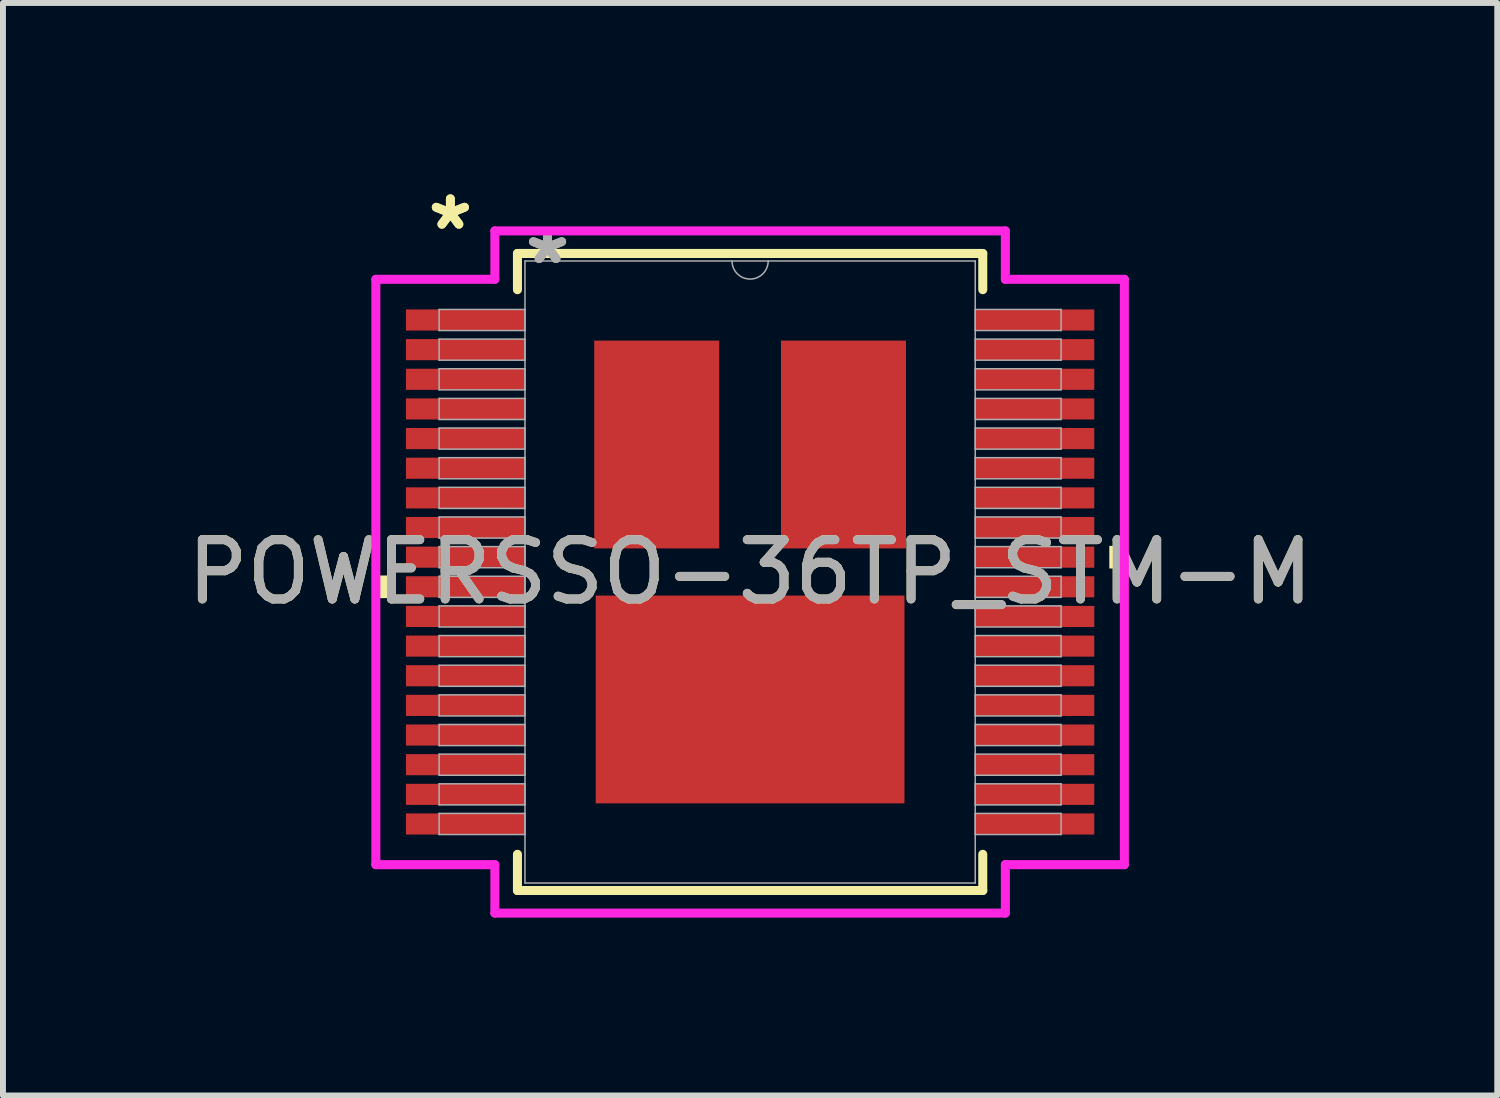
<source format=kicad_pcb>
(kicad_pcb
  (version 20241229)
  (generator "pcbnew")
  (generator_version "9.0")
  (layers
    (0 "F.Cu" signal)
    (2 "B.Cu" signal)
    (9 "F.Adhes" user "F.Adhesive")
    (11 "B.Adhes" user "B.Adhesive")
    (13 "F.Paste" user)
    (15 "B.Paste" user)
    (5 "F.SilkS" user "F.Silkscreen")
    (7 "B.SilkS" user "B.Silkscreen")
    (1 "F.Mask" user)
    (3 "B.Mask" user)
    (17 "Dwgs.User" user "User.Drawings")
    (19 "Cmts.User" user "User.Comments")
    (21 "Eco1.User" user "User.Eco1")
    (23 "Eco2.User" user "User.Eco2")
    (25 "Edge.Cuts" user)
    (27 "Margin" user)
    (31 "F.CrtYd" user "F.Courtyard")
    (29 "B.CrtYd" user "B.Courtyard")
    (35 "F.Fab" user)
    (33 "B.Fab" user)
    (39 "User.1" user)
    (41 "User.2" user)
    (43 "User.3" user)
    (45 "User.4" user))
  (footprint "POWERSSO-36TP_STM-M"
    (layer "F.Cu")
    (at 9.601 6.597)
    (property "Reference" "POWERSSO-36TP_STM-M" (at 0 0 0) (unlocked yes) (layer "F.SilkS") (effects (font (size 1 1) (thickness 0.15))))
    (attr smd)
    (fp_line (start -3.924 -5.372) (end -3.924 -4.761) (stroke (width 0.152) (type solid)) (layer "F.SilkS"))
    (fp_line (start -3.924 4.761) (end -3.924 5.372) (stroke (width 0.152) (type solid)) (layer "F.SilkS"))
    (fp_line (start -3.924 5.372) (end 3.924 5.372) (stroke (width 0.152) (type solid)) (layer "F.SilkS"))
    (fp_line (start 3.924 -5.372) (end -3.924 -5.372) (stroke (width 0.152) (type solid)) (layer "F.SilkS"))
    (fp_line (start 3.924 -4.761) (end 3.924 -5.372) (stroke (width 0.152) (type solid)) (layer "F.SilkS"))
    (fp_line (start 3.924 5.372) (end 3.924 4.761) (stroke (width 0.152) (type solid)) (layer "F.SilkS"))
    (fp_poly (pts (xy -6.312 0.059) (xy -6.312 0.441) (xy -6.058 0.441) (xy -6.058 0.059)) (stroke (width 0) (type solid)) (fill yes) (layer "F.SilkS"))
    (fp_poly (pts (xy 6.312 -0.441) (xy 6.312 -0.059) (xy 6.058 -0.059) (xy 6.058 -0.441)) (stroke (width 0) (type solid)) (fill yes) (layer "F.SilkS"))
    (fp_line (start -6.312 -4.936) (end -4.305 -4.936) (stroke (width 0.152) (type solid)) (layer "F.CrtYd"))
    (fp_line (start -6.312 4.936) (end -6.312 -4.936) (stroke (width 0.152) (type solid)) (layer "F.CrtYd"))
    (fp_line (start -6.312 4.936) (end -4.305 4.936) (stroke (width 0.152) (type solid)) (layer "F.CrtYd"))
    (fp_line (start -4.305 -5.753) (end 4.305 -5.753) (stroke (width 0.152) (type solid)) (layer "F.CrtYd"))
    (fp_line (start -4.305 -4.936) (end -4.305 -5.753) (stroke (width 0.152) (type solid)) (layer "F.CrtYd"))
    (fp_line (start -4.305 5.753) (end -4.305 4.936) (stroke (width 0.152) (type solid)) (layer "F.CrtYd"))
    (fp_line (start 4.305 -5.753) (end 4.305 -4.936) (stroke (width 0.152) (type solid)) (layer "F.CrtYd"))
    (fp_line (start 4.305 4.936) (end 4.305 5.753) (stroke (width 0.152) (type solid)) (layer "F.CrtYd"))
    (fp_line (start 4.305 5.753) (end -4.305 5.753) (stroke (width 0.152) (type solid)) (layer "F.CrtYd"))
    (fp_line (start 6.312 -4.936) (end 4.305 -4.936) (stroke (width 0.152) (type solid)) (layer "F.CrtYd"))
    (fp_line (start 6.312 -4.936) (end 6.312 4.936) (stroke (width 0.152) (type solid)) (layer "F.CrtYd"))
    (fp_line (start 6.312 4.936) (end 4.305 4.936) (stroke (width 0.152) (type solid)) (layer "F.CrtYd"))
    (fp_line (start -5.245 -4.428) (end -5.245 -4.072) (stroke (width 0.025) (type solid)) (layer "F.Fab"))
    (fp_line (start -5.245 -4.072) (end -3.797 -4.072) (stroke (width 0.025) (type solid)) (layer "F.Fab"))
    (fp_line (start -5.245 -3.928) (end -5.245 -3.572) (stroke (width 0.025) (type solid)) (layer "F.Fab"))
    (fp_line (start -5.245 -3.572) (end -3.797 -3.572) (stroke (width 0.025) (type solid)) (layer "F.Fab"))
    (fp_line (start -5.245 -3.428) (end -5.245 -3.072) (stroke (width 0.025) (type solid)) (layer "F.Fab"))
    (fp_line (start -5.245 -3.072) (end -3.797 -3.072) (stroke (width 0.025) (type solid)) (layer "F.Fab"))
    (fp_line (start -5.245 -2.928) (end -5.245 -2.572) (stroke (width 0.025) (type solid)) (layer "F.Fab"))
    (fp_line (start -5.245 -2.572) (end -3.797 -2.572) (stroke (width 0.025) (type solid)) (layer "F.Fab"))
    (fp_line (start -5.245 -2.428) (end -5.245 -2.072) (stroke (width 0.025) (type solid)) (layer "F.Fab"))
    (fp_line (start -5.245 -2.072) (end -3.797 -2.072) (stroke (width 0.025) (type solid)) (layer "F.Fab"))
    (fp_line (start -5.245 -1.928) (end -5.245 -1.572) (stroke (width 0.025) (type solid)) (layer "F.Fab"))
    (fp_line (start -5.245 -1.572) (end -3.797 -1.572) (stroke (width 0.025) (type solid)) (layer "F.Fab"))
    (fp_line (start -5.245 -1.428) (end -5.245 -1.072) (stroke (width 0.025) (type solid)) (layer "F.Fab"))
    (fp_line (start -5.245 -1.072) (end -3.797 -1.072) (stroke (width 0.025) (type solid)) (layer "F.Fab"))
    (fp_line (start -5.245 -0.928) (end -5.245 -0.572) (stroke (width 0.025) (type solid)) (layer "F.Fab"))
    (fp_line (start -5.245 -0.572) (end -3.797 -0.572) (stroke (width 0.025) (type solid)) (layer "F.Fab"))
    (fp_line (start -5.245 -0.428) (end -5.245 -0.072) (stroke (width 0.025) (type solid)) (layer "F.Fab"))
    (fp_line (start -5.245 -0.072) (end -3.797 -0.072) (stroke (width 0.025) (type solid)) (layer "F.Fab"))
    (fp_line (start -5.245 0.072) (end -5.245 0.428) (stroke (width 0.025) (type solid)) (layer "F.Fab"))
    (fp_line (start -5.245 0.428) (end -3.797 0.428) (stroke (width 0.025) (type solid)) (layer "F.Fab"))
    (fp_line (start -5.245 0.572) (end -5.245 0.928) (stroke (width 0.025) (type solid)) (layer "F.Fab"))
    (fp_line (start -5.245 0.928) (end -3.797 0.928) (stroke (width 0.025) (type solid)) (layer "F.Fab"))
    (fp_line (start -5.245 1.072) (end -5.245 1.428) (stroke (width 0.025) (type solid)) (layer "F.Fab"))
    (fp_line (start -5.245 1.428) (end -3.797 1.428) (stroke (width 0.025) (type solid)) (layer "F.Fab"))
    (fp_line (start -5.245 1.572) (end -5.245 1.928) (stroke (width 0.025) (type solid)) (layer "F.Fab"))
    (fp_line (start -5.245 1.928) (end -3.797 1.928) (stroke (width 0.025) (type solid)) (layer "F.Fab"))
    (fp_line (start -5.245 2.072) (end -5.245 2.428) (stroke (width 0.025) (type solid)) (layer "F.Fab"))
    (fp_line (start -5.245 2.428) (end -3.797 2.428) (stroke (width 0.025) (type solid)) (layer "F.Fab"))
    (fp_line (start -5.245 2.572) (end -5.245 2.928) (stroke (width 0.025) (type solid)) (layer "F.Fab"))
    (fp_line (start -5.245 2.928) (end -3.797 2.928) (stroke (width 0.025) (type solid)) (layer "F.Fab"))
    (fp_line (start -5.245 3.072) (end -5.245 3.428) (stroke (width 0.025) (type solid)) (layer "F.Fab"))
    (fp_line (start -5.245 3.428) (end -3.797 3.428) (stroke (width 0.025) (type solid)) (layer "F.Fab"))
    (fp_line (start -5.245 3.572) (end -5.245 3.928) (stroke (width 0.025) (type solid)) (layer "F.Fab"))
    (fp_line (start -5.245 3.928) (end -3.797 3.928) (stroke (width 0.025) (type solid)) (layer "F.Fab"))
    (fp_line (start -5.245 4.072) (end -5.245 4.428) (stroke (width 0.025) (type solid)) (layer "F.Fab"))
    (fp_line (start -5.245 4.428) (end -3.797 4.428) (stroke (width 0.025) (type solid)) (layer "F.Fab"))
    (fp_line (start -3.797 -5.245) (end -3.797 5.245) (stroke (width 0.025) (type solid)) (layer "F.Fab"))
    (fp_line (start -3.797 -4.428) (end -5.245 -4.428) (stroke (width 0.025) (type solid)) (layer "F.Fab"))
    (fp_line (start -3.797 -4.072) (end -3.797 -4.428) (stroke (width 0.025) (type solid)) (layer "F.Fab"))
    (fp_line (start -3.797 -3.928) (end -5.245 -3.928) (stroke (width 0.025) (type solid)) (layer "F.Fab"))
    (fp_line (start -3.797 -3.572) (end -3.797 -3.928) (stroke (width 0.025) (type solid)) (layer "F.Fab"))
    (fp_line (start -3.797 -3.428) (end -5.245 -3.428) (stroke (width 0.025) (type solid)) (layer "F.Fab"))
    (fp_line (start -3.797 -3.072) (end -3.797 -3.428) (stroke (width 0.025) (type solid)) (layer "F.Fab"))
    (fp_line (start -3.797 -2.928) (end -5.245 -2.928) (stroke (width 0.025) (type solid)) (layer "F.Fab"))
    (fp_line (start -3.797 -2.572) (end -3.797 -2.928) (stroke (width 0.025) (type solid)) (layer "F.Fab"))
    (fp_line (start -3.797 -2.428) (end -5.245 -2.428) (stroke (width 0.025) (type solid)) (layer "F.Fab"))
    (fp_line (start -3.797 -2.072) (end -3.797 -2.428) (stroke (width 0.025) (type solid)) (layer "F.Fab"))
    (fp_line (start -3.797 -1.928) (end -5.245 -1.928) (stroke (width 0.025) (type solid)) (layer "F.Fab"))
    (fp_line (start -3.797 -1.572) (end -3.797 -1.928) (stroke (width 0.025) (type solid)) (layer "F.Fab"))
    (fp_line (start -3.797 -1.428) (end -5.245 -1.428) (stroke (width 0.025) (type solid)) (layer "F.Fab"))
    (fp_line (start -3.797 -1.072) (end -3.797 -1.428) (stroke (width 0.025) (type solid)) (layer "F.Fab"))
    (fp_line (start -3.797 -0.928) (end -5.245 -0.928) (stroke (width 0.025) (type solid)) (layer "F.Fab"))
    (fp_line (start -3.797 -0.572) (end -3.797 -0.928) (stroke (width 0.025) (type solid)) (layer "F.Fab"))
    (fp_line (start -3.797 -0.428) (end -5.245 -0.428) (stroke (width 0.025) (type solid)) (layer "F.Fab"))
    (fp_line (start -3.797 -0.072) (end -3.797 -0.428) (stroke (width 0.025) (type solid)) (layer "F.Fab"))
    (fp_line (start -3.797 0.072) (end -5.245 0.072) (stroke (width 0.025) (type solid)) (layer "F.Fab"))
    (fp_line (start -3.797 0.428) (end -3.797 0.072) (stroke (width 0.025) (type solid)) (layer "F.Fab"))
    (fp_line (start -3.797 0.572) (end -5.245 0.572) (stroke (width 0.025) (type solid)) (layer "F.Fab"))
    (fp_line (start -3.797 0.928) (end -3.797 0.572) (stroke (width 0.025) (type solid)) (layer "F.Fab"))
    (fp_line (start -3.797 1.072) (end -5.245 1.072) (stroke (width 0.025) (type solid)) (layer "F.Fab"))
    (fp_line (start -3.797 1.428) (end -3.797 1.072) (stroke (width 0.025) (type solid)) (layer "F.Fab"))
    (fp_line (start -3.797 1.572) (end -5.245 1.572) (stroke (width 0.025) (type solid)) (layer "F.Fab"))
    (fp_line (start -3.797 1.928) (end -3.797 1.572) (stroke (width 0.025) (type solid)) (layer "F.Fab"))
    (fp_line (start -3.797 2.072) (end -5.245 2.072) (stroke (width 0.025) (type solid)) (layer "F.Fab"))
    (fp_line (start -3.797 2.428) (end -3.797 2.072) (stroke (width 0.025) (type solid)) (layer "F.Fab"))
    (fp_line (start -3.797 2.572) (end -5.245 2.572) (stroke (width 0.025) (type solid)) (layer "F.Fab"))
    (fp_line (start -3.797 2.928) (end -3.797 2.572) (stroke (width 0.025) (type solid)) (layer "F.Fab"))
    (fp_line (start -3.797 3.072) (end -5.245 3.072) (stroke (width 0.025) (type solid)) (layer "F.Fab"))
    (fp_line (start -3.797 3.428) (end -3.797 3.072) (stroke (width 0.025) (type solid)) (layer "F.Fab"))
    (fp_line (start -3.797 3.572) (end -5.245 3.572) (stroke (width 0.025) (type solid)) (layer "F.Fab"))
    (fp_line (start -3.797 3.928) (end -3.797 3.572) (stroke (width 0.025) (type solid)) (layer "F.Fab"))
    (fp_line (start -3.797 4.072) (end -5.245 4.072) (stroke (width 0.025) (type solid)) (layer "F.Fab"))
    (fp_line (start -3.797 4.428) (end -3.797 4.072) (stroke (width 0.025) (type solid)) (layer "F.Fab"))
    (fp_line (start -3.797 5.245) (end 3.797 5.245) (stroke (width 0.025) (type solid)) (layer "F.Fab"))
    (fp_line (start 3.797 -5.245) (end -3.797 -5.245) (stroke (width 0.025) (type solid)) (layer "F.Fab"))
    (fp_line (start 3.797 -4.428) (end 3.797 -4.072) (stroke (width 0.025) (type solid)) (layer "F.Fab"))
    (fp_line (start 3.797 -4.072) (end 5.245 -4.072) (stroke (width 0.025) (type solid)) (layer "F.Fab"))
    (fp_line (start 3.797 -3.928) (end 3.797 -3.572) (stroke (width 0.025) (type solid)) (layer "F.Fab"))
    (fp_line (start 3.797 -3.572) (end 5.245 -3.572) (stroke (width 0.025) (type solid)) (layer "F.Fab"))
    (fp_line (start 3.797 -3.428) (end 3.797 -3.072) (stroke (width 0.025) (type solid)) (layer "F.Fab"))
    (fp_line (start 3.797 -3.072) (end 5.245 -3.072) (stroke (width 0.025) (type solid)) (layer "F.Fab"))
    (fp_line (start 3.797 -2.928) (end 3.797 -2.572) (stroke (width 0.025) (type solid)) (layer "F.Fab"))
    (fp_line (start 3.797 -2.572) (end 5.245 -2.572) (stroke (width 0.025) (type solid)) (layer "F.Fab"))
    (fp_line (start 3.797 -2.428) (end 3.797 -2.072) (stroke (width 0.025) (type solid)) (layer "F.Fab"))
    (fp_line (start 3.797 -2.072) (end 5.245 -2.072) (stroke (width 0.025) (type solid)) (layer "F.Fab"))
    (fp_line (start 3.797 -1.928) (end 3.797 -1.572) (stroke (width 0.025) (type solid)) (layer "F.Fab"))
    (fp_line (start 3.797 -1.572) (end 5.245 -1.572) (stroke (width 0.025) (type solid)) (layer "F.Fab"))
    (fp_line (start 3.797 -1.428) (end 3.797 -1.072) (stroke (width 0.025) (type solid)) (layer "F.Fab"))
    (fp_line (start 3.797 -1.072) (end 5.245 -1.072) (stroke (width 0.025) (type solid)) (layer "F.Fab"))
    (fp_line (start 3.797 -0.928) (end 3.797 -0.572) (stroke (width 0.025) (type solid)) (layer "F.Fab"))
    (fp_line (start 3.797 -0.572) (end 5.245 -0.572) (stroke (width 0.025) (type solid)) (layer "F.Fab"))
    (fp_line (start 3.797 -0.428) (end 3.797 -0.072) (stroke (width 0.025) (type solid)) (layer "F.Fab"))
    (fp_line (start 3.797 -0.072) (end 5.245 -0.072) (stroke (width 0.025) (type solid)) (layer "F.Fab"))
    (fp_line (start 3.797 0.072) (end 3.797 0.428) (stroke (width 0.025) (type solid)) (layer "F.Fab"))
    (fp_line (start 3.797 0.428) (end 5.245 0.428) (stroke (width 0.025) (type solid)) (layer "F.Fab"))
    (fp_line (start 3.797 0.572) (end 3.797 0.928) (stroke (width 0.025) (type solid)) (layer "F.Fab"))
    (fp_line (start 3.797 0.928) (end 5.245 0.928) (stroke (width 0.025) (type solid)) (layer "F.Fab"))
    (fp_line (start 3.797 1.072) (end 3.797 1.428) (stroke (width 0.025) (type solid)) (layer "F.Fab"))
    (fp_line (start 3.797 1.428) (end 5.245 1.428) (stroke (width 0.025) (type solid)) (layer "F.Fab"))
    (fp_line (start 3.797 1.572) (end 3.797 1.928) (stroke (width 0.025) (type solid)) (layer "F.Fab"))
    (fp_line (start 3.797 1.928) (end 5.245 1.928) (stroke (width 0.025) (type solid)) (layer "F.Fab"))
    (fp_line (start 3.797 2.072) (end 3.797 2.428) (stroke (width 0.025) (type solid)) (layer "F.Fab"))
    (fp_line (start 3.797 2.428) (end 5.245 2.428) (stroke (width 0.025) (type solid)) (layer "F.Fab"))
    (fp_line (start 3.797 2.572) (end 3.797 2.928) (stroke (width 0.025) (type solid)) (layer "F.Fab"))
    (fp_line (start 3.797 2.928) (end 5.245 2.928) (stroke (width 0.025) (type solid)) (layer "F.Fab"))
    (fp_line (start 3.797 3.072) (end 3.797 3.428) (stroke (width 0.025) (type solid)) (layer "F.Fab"))
    (fp_line (start 3.797 3.428) (end 5.245 3.428) (stroke (width 0.025) (type solid)) (layer "F.Fab"))
    (fp_line (start 3.797 3.572) (end 3.797 3.928) (stroke (width 0.025) (type solid)) (layer "F.Fab"))
    (fp_line (start 3.797 3.928) (end 5.245 3.928) (stroke (width 0.025) (type solid)) (layer "F.Fab"))
    (fp_line (start 3.797 4.072) (end 3.797 4.428) (stroke (width 0.025) (type solid)) (layer "F.Fab"))
    (fp_line (start 3.797 4.428) (end 5.245 4.428) (stroke (width 0.025) (type solid)) (layer "F.Fab"))
    (fp_line (start 3.797 5.245) (end 3.797 -5.245) (stroke (width 0.025) (type solid)) (layer "F.Fab"))
    (fp_line (start 5.245 -4.428) (end 3.797 -4.428) (stroke (width 0.025) (type solid)) (layer "F.Fab"))
    (fp_line (start 5.245 -4.072) (end 5.245 -4.428) (stroke (width 0.025) (type solid)) (layer "F.Fab"))
    (fp_line (start 5.245 -3.928) (end 3.797 -3.928) (stroke (width 0.025) (type solid)) (layer "F.Fab"))
    (fp_line (start 5.245 -3.572) (end 5.245 -3.928) (stroke (width 0.025) (type solid)) (layer "F.Fab"))
    (fp_line (start 5.245 -3.428) (end 3.797 -3.428) (stroke (width 0.025) (type solid)) (layer "F.Fab"))
    (fp_line (start 5.245 -3.072) (end 5.245 -3.428) (stroke (width 0.025) (type solid)) (layer "F.Fab"))
    (fp_line (start 5.245 -2.928) (end 3.797 -2.928) (stroke (width 0.025) (type solid)) (layer "F.Fab"))
    (fp_line (start 5.245 -2.572) (end 5.245 -2.928) (stroke (width 0.025) (type solid)) (layer "F.Fab"))
    (fp_line (start 5.245 -2.428) (end 3.797 -2.428) (stroke (width 0.025) (type solid)) (layer "F.Fab"))
    (fp_line (start 5.245 -2.072) (end 5.245 -2.428) (stroke (width 0.025) (type solid)) (layer "F.Fab"))
    (fp_line (start 5.245 -1.928) (end 3.797 -1.928) (stroke (width 0.025) (type solid)) (layer "F.Fab"))
    (fp_line (start 5.245 -1.572) (end 5.245 -1.928) (stroke (width 0.025) (type solid)) (layer "F.Fab"))
    (fp_line (start 5.245 -1.428) (end 3.797 -1.428) (stroke (width 0.025) (type solid)) (layer "F.Fab"))
    (fp_line (start 5.245 -1.072) (end 5.245 -1.428) (stroke (width 0.025) (type solid)) (layer "F.Fab"))
    (fp_line (start 5.245 -0.928) (end 3.797 -0.928) (stroke (width 0.025) (type solid)) (layer "F.Fab"))
    (fp_line (start 5.245 -0.572) (end 5.245 -0.928) (stroke (width 0.025) (type solid)) (layer "F.Fab"))
    (fp_line (start 5.245 -0.428) (end 3.797 -0.428) (stroke (width 0.025) (type solid)) (layer "F.Fab"))
    (fp_line (start 5.245 -0.072) (end 5.245 -0.428) (stroke (width 0.025) (type solid)) (layer "F.Fab"))
    (fp_line (start 5.245 0.072) (end 3.797 0.072) (stroke (width 0.025) (type solid)) (layer "F.Fab"))
    (fp_line (start 5.245 0.428) (end 5.245 0.072) (stroke (width 0.025) (type solid)) (layer "F.Fab"))
    (fp_line (start 5.245 0.572) (end 3.797 0.572) (stroke (width 0.025) (type solid)) (layer "F.Fab"))
    (fp_line (start 5.245 0.928) (end 5.245 0.572) (stroke (width 0.025) (type solid)) (layer "F.Fab"))
    (fp_line (start 5.245 1.072) (end 3.797 1.072) (stroke (width 0.025) (type solid)) (layer "F.Fab"))
    (fp_line (start 5.245 1.428) (end 5.245 1.072) (stroke (width 0.025) (type solid)) (layer "F.Fab"))
    (fp_line (start 5.245 1.572) (end 3.797 1.572) (stroke (width 0.025) (type solid)) (layer "F.Fab"))
    (fp_line (start 5.245 1.928) (end 5.245 1.572) (stroke (width 0.025) (type solid)) (layer "F.Fab"))
    (fp_line (start 5.245 2.072) (end 3.797 2.072) (stroke (width 0.025) (type solid)) (layer "F.Fab"))
    (fp_line (start 5.245 2.428) (end 5.245 2.072) (stroke (width 0.025) (type solid)) (layer "F.Fab"))
    (fp_line (start 5.245 2.572) (end 3.797 2.572) (stroke (width 0.025) (type solid)) (layer "F.Fab"))
    (fp_line (start 5.245 2.928) (end 5.245 2.572) (stroke (width 0.025) (type solid)) (layer "F.Fab"))
    (fp_line (start 5.245 3.072) (end 3.797 3.072) (stroke (width 0.025) (type solid)) (layer "F.Fab"))
    (fp_line (start 5.245 3.428) (end 5.245 3.072) (stroke (width 0.025) (type solid)) (layer "F.Fab"))
    (fp_line (start 5.245 3.572) (end 3.797 3.572) (stroke (width 0.025) (type solid)) (layer "F.Fab"))
    (fp_line (start 5.245 3.928) (end 5.245 3.572) (stroke (width 0.025) (type solid)) (layer "F.Fab"))
    (fp_line (start 5.245 4.072) (end 3.797 4.072) (stroke (width 0.025) (type solid)) (layer "F.Fab"))
    (fp_line (start 5.245 4.428) (end 5.245 4.072) (stroke (width 0.025) (type solid)) (layer "F.Fab"))
    (fp_arc (start 0.3048 -5.2451) (mid 0 -4.9403) (end -0.3048 -5.2451) (stroke (width 0.0254) (type solid)) (layer "F.Fab"))
    (fp_text user "*" (at -5.055 -5.749 0) (unlocked yes) (layer "F.SilkS") (effects (font (size 1 1) (thickness 0.15))))
    (fp_text user "*" (at -5.055 -5.749 0) (layer "F.SilkS") (effects (font (size 1 1) (thickness 0.15))))
    (fp_text user "${REFERENCE}" (at 0 0 0) (unlocked yes) (layer "F.Fab") (effects (font (size 1 1) (thickness 0.15))))
    (fp_text user "*" (at -3.416 -5.169 0) (layer "F.Fab") (effects (font (size 1 1) (thickness 0.15))))
    (fp_text user "*" (at -3.416 -5.169 0) (unlocked yes) (layer "F.Fab") (effects (font (size 1 1) (thickness 0.15))))
    (pad "1" smd rect (at -4.801 -4.25) (size 2.007 0.356) (layers "F.Cu" "F.Mask" "F.Paste"))
    (pad "2" smd rect (at -4.801 -3.75) (size 2.007 0.356) (layers "F.Cu" "F.Mask" "F.Paste"))
    (pad "3" smd rect (at -4.801 -3.25) (size 2.007 0.356) (layers "F.Cu" "F.Mask" "F.Paste"))
    (pad "4" smd rect (at -4.801 -2.75) (size 2.007 0.356) (layers "F.Cu" "F.Mask" "F.Paste"))
    (pad "5" smd rect (at -4.801 -2.25) (size 2.007 0.356) (layers "F.Cu" "F.Mask" "F.Paste"))
    (pad "6" smd rect (at -4.801 -1.75) (size 2.007 0.356) (layers "F.Cu" "F.Mask" "F.Paste"))
    (pad "7" smd rect (at -4.801 -1.25) (size 2.007 0.356) (layers "F.Cu" "F.Mask" "F.Paste"))
    (pad "8" smd rect (at -4.801 -0.75) (size 2.007 0.356) (layers "F.Cu" "F.Mask" "F.Paste"))
    (pad "9" smd rect (at -4.801 -0.25) (size 2.007 0.356) (layers "F.Cu" "F.Mask" "F.Paste"))
    (pad "10" smd rect (at -4.801 0.25) (size 2.007 0.356) (layers "F.Cu" "F.Mask" "F.Paste"))
    (pad "11" smd rect (at -4.801 0.75) (size 2.007 0.356) (layers "F.Cu" "F.Mask" "F.Paste"))
    (pad "12" smd rect (at -4.801 1.25) (size 2.007 0.356) (layers "F.Cu" "F.Mask" "F.Paste"))
    (pad "13" smd rect (at -4.801 1.75) (size 2.007 0.356) (layers "F.Cu" "F.Mask" "F.Paste"))
    (pad "14" smd rect (at -4.801 2.25) (size 2.007 0.356) (layers "F.Cu" "F.Mask" "F.Paste"))
    (pad "15" smd rect (at -4.801 2.75) (size 2.007 0.356) (layers "F.Cu" "F.Mask" "F.Paste"))
    (pad "16" smd rect (at -4.801 3.25) (size 2.007 0.356) (layers "F.Cu" "F.Mask" "F.Paste"))
    (pad "17" smd rect (at -4.801 3.75) (size 2.007 0.356) (layers "F.Cu" "F.Mask" "F.Paste"))
    (pad "18" smd rect (at -4.801 4.25) (size 2.007 0.356) (layers "F.Cu" "F.Mask" "F.Paste"))
    (pad "19" smd rect (at 4.801 4.25) (size 2.007 0.356) (layers "F.Cu" "F.Mask" "F.Paste"))
    (pad "20" smd rect (at 4.801 3.75) (size 2.007 0.356) (layers "F.Cu" "F.Mask" "F.Paste"))
    (pad "21" smd rect (at 4.801 3.25) (size 2.007 0.356) (layers "F.Cu" "F.Mask" "F.Paste"))
    (pad "22" smd rect (at 4.801 2.75) (size 2.007 0.356) (layers "F.Cu" "F.Mask" "F.Paste"))
    (pad "23" smd rect (at 4.801 2.25) (size 2.007 0.356) (layers "F.Cu" "F.Mask" "F.Paste"))
    (pad "24" smd rect (at 4.801 1.75) (size 2.007 0.356) (layers "F.Cu" "F.Mask" "F.Paste"))
    (pad "25" smd rect (at 4.801 1.25) (size 2.007 0.356) (layers "F.Cu" "F.Mask" "F.Paste"))
    (pad "26" smd rect (at 4.801 0.75) (size 2.007 0.356) (layers "F.Cu" "F.Mask" "F.Paste"))
    (pad "27" smd rect (at 4.801 0.25) (size 2.007 0.356) (layers "F.Cu" "F.Mask" "F.Paste"))
    (pad "28" smd rect (at 4.801 -0.25) (size 2.007 0.356) (layers "F.Cu" "F.Mask" "F.Paste"))
    (pad "29" smd rect (at 4.801 -0.75) (size 2.007 0.356) (layers "F.Cu" "F.Mask" "F.Paste"))
    (pad "30" smd rect (at 4.801 -1.25) (size 2.007 0.356) (layers "F.Cu" "F.Mask" "F.Paste"))
    (pad "31" smd rect (at 4.801 -1.75) (size 2.007 0.356) (layers "F.Cu" "F.Mask" "F.Paste"))
    (pad "32" smd rect (at 4.801 -2.25) (size 2.007 0.356) (layers "F.Cu" "F.Mask" "F.Paste"))
    (pad "33" smd rect (at 4.801 -2.75) (size 2.007 0.356) (layers "F.Cu" "F.Mask" "F.Paste"))
    (pad "34" smd rect (at 4.801 -3.25) (size 2.007 0.356) (layers "F.Cu" "F.Mask" "F.Paste"))
    (pad "35" smd rect (at 4.801 -3.75) (size 2.007 0.356) (layers "F.Cu" "F.Mask" "F.Paste"))
    (pad "36" smd rect (at 4.801 -4.25) (size 2.007 0.356) (layers "F.Cu" "F.Mask" "F.Paste"))
    (pad "37" smd rect (at 0 2.15) (size 5.207 3.505) (layers "F.Cu" "F.Mask" "F.Paste"))
    (pad "38" smd rect (at -1.575 -2.15) (size 2.108 3.505) (layers "F.Cu" "F.Mask" "F.Paste"))
    (pad "39" smd rect (at 1.575 -2.15) (size 2.108 3.505) (layers "F.Cu" "F.Mask" "F.Paste")))
  (gr_rect
    (start -3 -3)
    (end 22.202 15.426)
    (stroke (width 0.1) (type default))
    (fill no)
    (layer "Edge.Cuts")))
</source>
